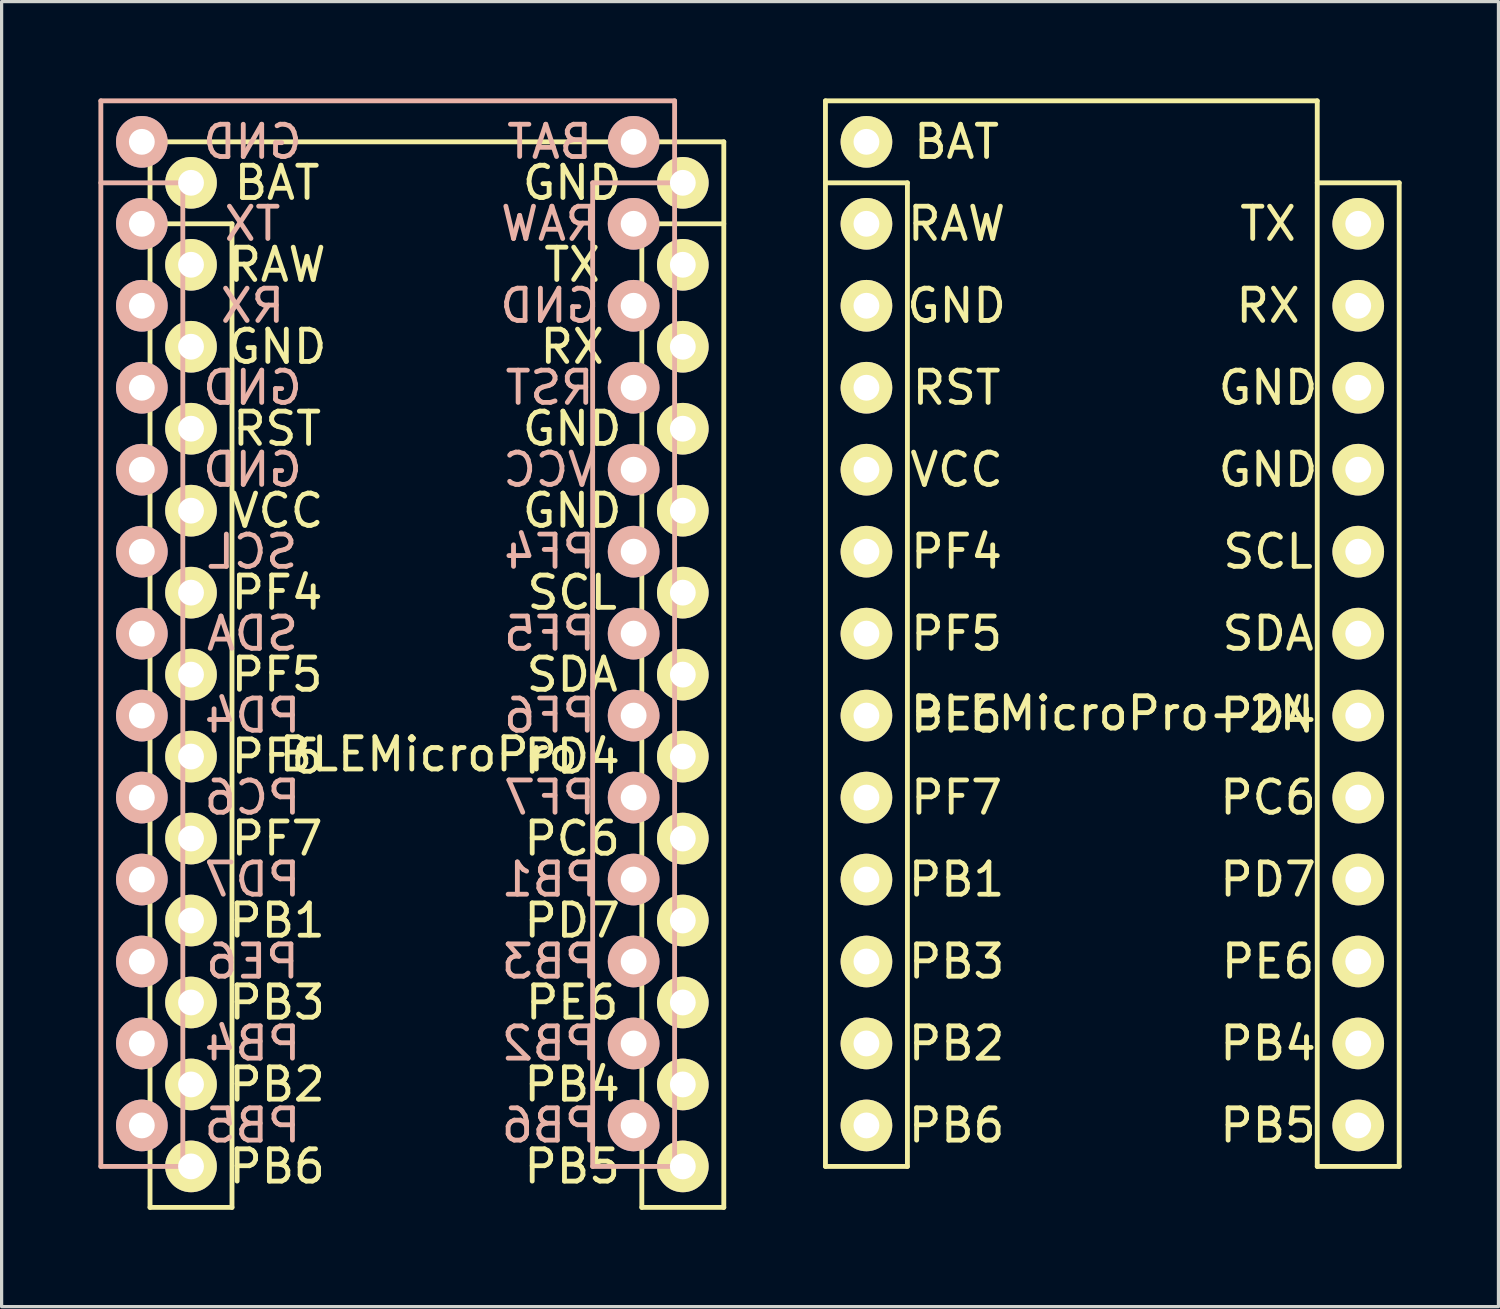
<source format=kicad_pcb>
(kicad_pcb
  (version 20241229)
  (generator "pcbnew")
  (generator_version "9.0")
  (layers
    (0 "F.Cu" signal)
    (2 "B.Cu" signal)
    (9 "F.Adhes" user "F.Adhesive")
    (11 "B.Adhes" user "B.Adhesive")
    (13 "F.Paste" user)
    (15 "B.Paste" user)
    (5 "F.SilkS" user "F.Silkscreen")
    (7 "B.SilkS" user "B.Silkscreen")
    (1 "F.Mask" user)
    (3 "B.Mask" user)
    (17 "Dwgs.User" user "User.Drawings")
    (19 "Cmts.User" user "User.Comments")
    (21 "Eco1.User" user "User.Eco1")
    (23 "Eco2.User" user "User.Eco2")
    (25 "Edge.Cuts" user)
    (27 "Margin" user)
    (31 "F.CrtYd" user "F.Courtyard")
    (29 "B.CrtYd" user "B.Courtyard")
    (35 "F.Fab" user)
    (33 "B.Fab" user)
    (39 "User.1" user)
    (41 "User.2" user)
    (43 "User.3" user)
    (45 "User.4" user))
  (footprint "BLEMicroPro"
    (layer "F.Cu")
    (at 10.235 19.125)
    (property "Reference" "BLEMicroPro" (at 0 1.2 0) (layer "F.SilkS") (effects (font (size 1 1) (thickness 0.15))))
    (attr through_hole)
    (fp_line (start -8.636 -17.78) (end -8.636 15.24) (stroke (width 0.15) (type solid)) (layer "F.SilkS"))
    (fp_line (start -8.636 15.24) (end -6.096 15.24) (stroke (width 0.15) (type solid)) (layer "F.SilkS"))
    (fp_line (start -6.096 -15.24) (end -8.636 -15.24) (stroke (width 0.15) (type solid)) (layer "F.SilkS"))
    (fp_line (start -6.096 15.24) (end -6.096 -15.24) (stroke (width 0.15) (type solid)) (layer "F.SilkS"))
    (fp_line (start 6.604 -15.24) (end 6.604 15.24) (stroke (width 0.15) (type solid)) (layer "F.SilkS"))
    (fp_line (start 6.604 15.24) (end 9.144 15.24) (stroke (width 0.15) (type solid)) (layer "F.SilkS"))
    (fp_line (start 9.144 -17.78) (end -8.636 -17.78) (stroke (width 0.15) (type solid)) (layer "F.SilkS"))
    (fp_line (start 9.144 -15.24) (end 6.604 -15.24) (stroke (width 0.15) (type solid)) (layer "F.SilkS"))
    (fp_line (start 9.144 15.24) (end 9.144 -17.78) (stroke (width 0.15) (type solid)) (layer "F.SilkS"))
    (fp_line (start -10.16 -19.05) (end 7.62 -19.05) (stroke (width 0.15) (type solid)) (layer "B.SilkS"))
    (fp_line (start -10.16 -16.51) (end -7.62 -16.51) (stroke (width 0.15) (type solid)) (layer "B.SilkS"))
    (fp_line (start -10.16 13.97) (end -10.16 -19.05) (stroke (width 0.15) (type solid)) (layer "B.SilkS"))
    (fp_line (start -7.62 -16.51) (end -7.62 13.97) (stroke (width 0.15) (type solid)) (layer "B.SilkS"))
    (fp_line (start -7.62 13.97) (end -10.16 13.97) (stroke (width 0.15) (type solid)) (layer "B.SilkS"))
    (fp_line (start 5.08 -16.51) (end 7.62 -16.51) (stroke (width 0.15) (type solid)) (layer "B.SilkS"))
    (fp_line (start 5.08 13.97) (end 5.08 -16.51) (stroke (width 0.15) (type solid)) (layer "B.SilkS"))
    (fp_line (start 7.62 -19.05) (end 7.62 13.97) (stroke (width 0.15) (type solid)) (layer "B.SilkS"))
    (fp_line (start 7.62 13.97) (end 5.08 13.97) (stroke (width 0.15) (type solid)) (layer "B.SilkS"))
    (fp_text user "RST" (at -4.699 -8.89 0) (layer "F.SilkS") (effects (font (size 1 1) (thickness 0.15))))
    (fp_text user "GND" (at 4.445 -8.89 0) (layer "F.SilkS") (effects (font (size 1 1) (thickness 0.15))))
    (fp_text user "PC6" (at 4.445 3.81 0) (layer "F.SilkS") (effects (font (size 1 1) (thickness 0.15))))
    (fp_text user "PB3" (at -4.699 8.89 0) (layer "F.SilkS") (effects (font (size 1 1) (thickness 0.15))))
    (fp_text user "SCL" (at 4.445 -3.81 0) (layer "F.SilkS") (effects (font (size 1 1) (thickness 0.15))))
    (fp_text user "VCC" (at -4.699 -6.35 0) (layer "F.SilkS") (effects (font (size 1 1) (thickness 0.15))))
    (fp_text user "PD4" (at 4.445 1.27 0) (layer "F.SilkS") (effects (font (size 1 1) (thickness 0.15))))
    (fp_text user "GND" (at 4.445 -6.35 0) (layer "F.SilkS") (effects (font (size 1 1) (thickness 0.15))))
    (fp_text user "PD7" (at 4.445 6.35 0) (layer "F.SilkS") (effects (font (size 1 1) (thickness 0.15))))
    (fp_text user "PB2" (at -4.699 11.43 0) (layer "F.SilkS") (effects (font (size 1 1) (thickness 0.15))))
    (fp_text user "PB1" (at -4.699 6.35 0) (layer "F.SilkS") (effects (font (size 1 1) (thickness 0.15))))
    (fp_text user "PF5" (at -4.699 -1.27 0) (layer "F.SilkS") (effects (font (size 1 1) (thickness 0.15))))
    (fp_text user "RX" (at 4.445 -11.43 0) (layer "F.SilkS") (effects (font (size 1 1) (thickness 0.15))))
    (fp_text user "PF6" (at -4.699 1.27 0) (layer "F.SilkS") (effects (font (size 1 1) (thickness 0.15))))
    (fp_text user "GND" (at 4.445 -16.51 0) (layer "F.SilkS") (effects (font (size 1 1) (thickness 0.15))))
    (fp_text user "PF7" (at -4.699 3.81 0) (layer "F.SilkS") (effects (font (size 1 1) (thickness 0.15))))
    (fp_text user "RAW" (at -4.699 -13.97 0) (layer "F.SilkS") (effects (font (size 1 1) (thickness 0.15))))
    (fp_text user "PB4" (at 4.445 11.43 0) (layer "F.SilkS") (effects (font (size 1 1) (thickness 0.15))))
    (fp_text user "BAT" (at -4.699 -16.51 0) (layer "F.SilkS") (effects (font (size 1 1) (thickness 0.15))))
    (fp_text user "PB6" (at -4.699 13.97 0) (layer "F.SilkS") (effects (font (size 1 1) (thickness 0.15))))
    (fp_text user "PB5" (at 4.445 13.97 0) (layer "F.SilkS") (effects (font (size 1 1) (thickness 0.15))))
    (fp_text user "TX" (at 4.445 -13.97 0) (layer "F.SilkS") (effects (font (size 1 1) (thickness 0.15))))
    (fp_text user "PE6" (at 4.445 8.89 0) (layer "F.SilkS") (effects (font (size 1 1) (thickness 0.15))))
    (fp_text user "SDA" (at 4.445 -1.27 0) (layer "F.SilkS") (effects (font (size 1 1) (thickness 0.15))))
    (fp_text user "GND" (at -4.699 -11.43 0) (layer "F.SilkS") (effects (font (size 1 1) (thickness 0.15))))
    (fp_text user "PF4" (at -4.699 -3.81 0) (layer "F.SilkS") (effects (font (size 1 1) (thickness 0.15))))
    (fp_text user "PB6" (at 3.747 12.7 0) (layer "B.SilkS") (effects (font (size 1 1) (thickness 0.15)) (justify mirror)))
    (fp_text user "PB1" (at 3.747 5.08 0) (layer "B.SilkS") (effects (font (size 1 1) (thickness 0.15)) (justify mirror)))
    (fp_text user "VCC" (at 3.747 -7.62 0) (layer "B.SilkS") (effects (font (size 1 1) (thickness 0.15)) (justify mirror)))
    (fp_text user "PF6" (at 3.747 0 0) (layer "B.SilkS") (effects (font (size 1 1) (thickness 0.15)) (justify mirror)))
    (fp_text user "PE6" (at -5.461 7.62 0) (layer "B.SilkS") (effects (font (size 1 1) (thickness 0.15)) (justify mirror)))
    (fp_text user "PF7" (at 3.747 2.54 0) (layer "B.SilkS") (effects (font (size 1 1) (thickness 0.15)) (justify mirror)))
    (fp_text user "GND" (at -5.461 -17.78 0) (layer "B.SilkS") (effects (font (size 1 1) (thickness 0.15)) (justify mirror)))
    (fp_text user "PF5" (at 3.747 -2.54 0) (layer "B.SilkS") (effects (font (size 1 1) (thickness 0.15)) (justify mirror)))
    (fp_text user "PB2" (at 3.747 10.16 0) (layer "B.SilkS") (effects (font (size 1 1) (thickness 0.15)) (justify mirror)))
    (fp_text user "PD7" (at -5.461 5.08 0) (layer "B.SilkS") (effects (font (size 1 1) (thickness 0.15)) (justify mirror)))
    (fp_text user "GND" (at 3.747 -12.7 0) (layer "B.SilkS") (effects (font (size 1 1) (thickness 0.15)) (justify mirror)))
    (fp_text user "GND" (at -5.461 -7.62 0) (layer "B.SilkS") (effects (font (size 1 1) (thickness 0.15)) (justify mirror)))
    (fp_text user "GND" (at -5.461 -10.16 0) (layer "B.SilkS") (effects (font (size 1 1) (thickness 0.15)) (justify mirror)))
    (fp_text user "TX" (at -5.461 -15.24 0) (layer "B.SilkS") (effects (font (size 1 1) (thickness 0.15)) (justify mirror)))
    (fp_text user "PB3" (at 3.747 7.62 0) (layer "B.SilkS") (effects (font (size 1 1) (thickness 0.15)) (justify mirror)))
    (fp_text user "PC6" (at -5.461 2.54 0) (layer "B.SilkS") (effects (font (size 1 1) (thickness 0.15)) (justify mirror)))
    (fp_text user "RX" (at -5.461 -12.7 0) (layer "B.SilkS") (effects (font (size 1 1) (thickness 0.15)) (justify mirror)))
    (fp_text user "SDA" (at -5.461 -2.54 0) (layer "B.SilkS") (effects (font (size 1 1) (thickness 0.15)) (justify mirror)))
    (fp_text user "PF4" (at 3.747 -5.08 0) (layer "B.SilkS") (effects (font (size 1 1) (thickness 0.15)) (justify mirror)))
    (fp_text user "PD4" (at -5.461 0 0) (layer "B.SilkS") (effects (font (size 1 1) (thickness 0.15)) (justify mirror)))
    (fp_text user "BAT" (at 3.747 -17.78 0) (layer "B.SilkS") (effects (font (size 1 1) (thickness 0.15)) (justify mirror)))
    (fp_text user "PB5" (at -5.461 12.7 0) (layer "B.SilkS") (effects (font (size 1 1) (thickness 0.15)) (justify mirror)))
    (fp_text user "RAW" (at 3.747 -15.24 0) (layer "B.SilkS") (effects (font (size 1 1) (thickness 0.15)) (justify mirror)))
    (fp_text user "SCL" (at -5.461 -5.08 0) (layer "B.SilkS") (effects (font (size 1 1) (thickness 0.15)) (justify mirror)))
    (fp_text user "PB4" (at -5.461 10.16 0) (layer "B.SilkS") (effects (font (size 1 1) (thickness 0.15)) (justify mirror)))
    (fp_text user "RST" (at 3.747 -10.16 0) (layer "B.SilkS") (effects (font (size 1 1) (thickness 0.15)) (justify mirror)))
    (pad "0" thru_hole circle (at -8.89 -17.78) (size 1.6 1.6) (drill 0.8) (layers "*.Cu" "*.Mask" "B.SilkS"))
    (pad "0" thru_hole circle (at 7.874 -16.51 180) (size 1.6 1.6) (drill 0.8) (layers "*.Cu" "*.Mask" "F.SilkS"))
    (pad "1" thru_hole circle (at -8.89 -15.24) (size 1.6 1.6) (drill 0.8) (layers "*.Cu" "*.Mask" "B.SilkS"))
    (pad "1" thru_hole circle (at 7.874 -13.97 180) (size 1.6 1.6) (drill 0.8) (layers "*.Cu" "*.Mask" "F.SilkS"))
    (pad "2" thru_hole circle (at -8.89 -12.7) (size 1.6 1.6) (drill 0.8) (layers "*.Cu" "*.Mask" "B.SilkS"))
    (pad "2" thru_hole circle (at 7.874 -11.43 180) (size 1.6 1.6) (drill 0.8) (layers "*.Cu" "*.Mask" "F.SilkS"))
    (pad "3" thru_hole circle (at -8.89 -10.16) (size 1.6 1.6) (drill 0.8) (layers "*.Cu" "*.Mask" "B.SilkS"))
    (pad "3" thru_hole circle (at 7.874 -8.89 180) (size 1.6 1.6) (drill 0.8) (layers "*.Cu" "*.Mask" "F.SilkS"))
    (pad "4" thru_hole circle (at -8.89 -7.62) (size 1.6 1.6) (drill 0.8) (layers "*.Cu" "*.Mask" "B.SilkS"))
    (pad "4" thru_hole circle (at 7.874 -6.35 180) (size 1.6 1.6) (drill 0.8) (layers "*.Cu" "*.Mask" "F.SilkS"))
    (pad "5" thru_hole circle (at -8.89 -5.08) (size 1.6 1.6) (drill 0.8) (layers "*.Cu" "*.Mask" "B.SilkS"))
    (pad "5" thru_hole circle (at 7.874 -3.81 180) (size 1.6 1.6) (drill 0.8) (layers "*.Cu" "*.Mask" "F.SilkS"))
    (pad "6" thru_hole circle (at -8.89 -2.54) (size 1.6 1.6) (drill 0.8) (layers "*.Cu" "*.Mask" "B.SilkS"))
    (pad "6" thru_hole circle (at 7.874 -1.27 180) (size 1.6 1.6) (drill 0.8) (layers "*.Cu" "*.Mask" "F.SilkS"))
    (pad "7" thru_hole circle (at -8.89 0) (size 1.6 1.6) (drill 0.8) (layers "*.Cu" "*.Mask" "B.SilkS"))
    (pad "7" thru_hole circle (at 7.874 1.27 180) (size 1.6 1.6) (drill 0.8) (layers "*.Cu" "*.Mask" "F.SilkS"))
    (pad "8" thru_hole circle (at -8.89 2.54) (size 1.6 1.6) (drill 0.8) (layers "*.Cu" "*.Mask" "B.SilkS"))
    (pad "8" thru_hole circle (at 7.874 3.81 180) (size 1.6 1.6) (drill 0.8) (layers "*.Cu" "*.Mask" "F.SilkS"))
    (pad "9" thru_hole circle (at -8.89 5.08) (size 1.6 1.6) (drill 0.8) (layers "*.Cu" "*.Mask" "B.SilkS"))
    (pad "9" thru_hole circle (at 7.874 6.35 180) (size 1.6 1.6) (drill 0.8) (layers "*.Cu" "*.Mask" "F.SilkS"))
    (pad "10" thru_hole circle (at -8.89 7.62) (size 1.6 1.6) (drill 0.8) (layers "*.Cu" "*.Mask" "B.SilkS"))
    (pad "10" thru_hole circle (at 7.874 8.89 180) (size 1.6 1.6) (drill 0.8) (layers "*.Cu" "*.Mask" "F.SilkS"))
    (pad "11" thru_hole circle (at -8.89 10.16) (size 1.6 1.6) (drill 0.8) (layers "*.Cu" "*.Mask" "B.SilkS"))
    (pad "11" thru_hole circle (at 7.874 11.43 180) (size 1.6 1.6) (drill 0.8) (layers "*.Cu" "*.Mask" "F.SilkS"))
    (pad "12" thru_hole circle (at -8.89 12.7) (size 1.6 1.6) (drill 0.8) (layers "*.Cu" "*.Mask" "B.SilkS"))
    (pad "12" thru_hole circle (at 7.874 13.97 180) (size 1.6 1.6) (drill 0.8) (layers "*.Cu" "*.Mask" "F.SilkS"))
    (pad "13" thru_hole circle (at -7.366 13.97 180) (size 1.6 1.6) (drill 0.8) (layers "*.Cu" "*.Mask" "F.SilkS"))
    (pad "13" thru_hole circle (at 6.35 12.7) (size 1.6 1.6) (drill 0.8) (layers "*.Cu" "*.Mask" "B.SilkS"))
    (pad "14" thru_hole circle (at -7.366 11.43 180) (size 1.6 1.6) (drill 0.8) (layers "*.Cu" "*.Mask" "F.SilkS"))
    (pad "14" thru_hole circle (at 6.35 10.16) (size 1.6 1.6) (drill 0.8) (layers "*.Cu" "*.Mask" "B.SilkS"))
    (pad "15" thru_hole circle (at -7.366 8.89 180) (size 1.6 1.6) (drill 0.8) (layers "*.Cu" "*.Mask" "F.SilkS"))
    (pad "15" thru_hole circle (at 6.35 7.62) (size 1.6 1.6) (drill 0.8) (layers "*.Cu" "*.Mask" "B.SilkS"))
    (pad "16" thru_hole circle (at -7.366 6.35 180) (size 1.6 1.6) (drill 0.8) (layers "*.Cu" "*.Mask" "F.SilkS"))
    (pad "16" thru_hole circle (at 6.35 5.08) (size 1.6 1.6) (drill 0.8) (layers "*.Cu" "*.Mask" "B.SilkS"))
    (pad "17" thru_hole circle (at -7.366 3.81 180) (size 1.6 1.6) (drill 0.8) (layers "*.Cu" "*.Mask" "F.SilkS"))
    (pad "17" thru_hole circle (at 6.35 2.54) (size 1.6 1.6) (drill 0.8) (layers "*.Cu" "*.Mask" "B.SilkS"))
    (pad "18" thru_hole circle (at -7.366 1.27 180) (size 1.6 1.6) (drill 0.8) (layers "*.Cu" "*.Mask" "F.SilkS"))
    (pad "18" thru_hole circle (at 6.35 0) (size 1.6 1.6) (drill 0.8) (layers "*.Cu" "*.Mask" "B.SilkS"))
    (pad "19" thru_hole circle (at -7.366 -1.27 180) (size 1.6 1.6) (drill 0.8) (layers "*.Cu" "*.Mask" "F.SilkS"))
    (pad "19" thru_hole circle (at 6.35 -2.54) (size 1.6 1.6) (drill 0.8) (layers "*.Cu" "*.Mask" "B.SilkS"))
    (pad "20" thru_hole circle (at -7.366 -3.81 180) (size 1.6 1.6) (drill 0.8) (layers "*.Cu" "*.Mask" "F.SilkS"))
    (pad "20" thru_hole circle (at 6.35 -5.08) (size 1.6 1.6) (drill 0.8) (layers "*.Cu" "*.Mask" "B.SilkS"))
    (pad "21" thru_hole circle (at -7.366 -6.35 180) (size 1.6 1.6) (drill 0.8) (layers "*.Cu" "*.Mask" "F.SilkS"))
    (pad "21" thru_hole circle (at 6.35 -7.62) (size 1.6 1.6) (drill 0.8) (layers "*.Cu" "*.Mask" "B.SilkS"))
    (pad "22" thru_hole circle (at -7.366 -8.89 180) (size 1.6 1.6) (drill 0.8) (layers "*.Cu" "*.Mask" "F.SilkS"))
    (pad "22" thru_hole circle (at 6.35 -10.16) (size 1.6 1.6) (drill 0.8) (layers "*.Cu" "*.Mask" "B.SilkS"))
    (pad "23" thru_hole circle (at -7.366 -11.43 180) (size 1.6 1.6) (drill 0.8) (layers "*.Cu" "*.Mask" "F.SilkS"))
    (pad "23" thru_hole circle (at 6.35 -12.7) (size 1.6 1.6) (drill 0.8) (layers "*.Cu" "*.Mask" "B.SilkS"))
    (pad "24" thru_hole circle (at -7.366 -13.97 180) (size 1.6 1.6) (drill 0.8) (layers "*.Cu" "*.Mask" "F.SilkS"))
    (pad "24" thru_hole circle (at 6.35 -15.24) (size 1.6 1.6) (drill 0.8) (layers "*.Cu" "*.Mask" "B.SilkS"))
    (pad "25" thru_hole circle (at -7.366 -16.51 180) (size 1.6 1.6) (drill 0.8) (layers "*.Cu" "*.Mask" "F.SilkS"))
    (pad "25" thru_hole circle (at 6.35 -17.78) (size 1.6 1.6) (drill 0.8) (layers "*.Cu" "*.Mask" "B.SilkS")))
  (footprint "BLEMicroPro-2N"
    (layer "F.Cu")
    (at 31.419 17.855)
    (property "Reference" "BLEMicroPro-2N" (at 0 1.2 0) (layer "F.SilkS") (effects (font (size 1 1) (thickness 0.15))))
    (attr through_hole)
    (fp_line (start -8.89 -17.78) (end -8.89 15.24) (stroke (width 0.15) (type solid)) (layer "F.SilkS"))
    (fp_line (start -8.89 15.24) (end -6.35 15.24) (stroke (width 0.15) (type solid)) (layer "F.SilkS"))
    (fp_line (start -6.35 -15.24) (end -8.89 -15.24) (stroke (width 0.15) (type solid)) (layer "F.SilkS"))
    (fp_line (start -6.35 15.24) (end -6.35 -15.24) (stroke (width 0.15) (type solid)) (layer "F.SilkS"))
    (fp_line (start 6.35 -17.78) (end -8.89 -17.78) (stroke (width 0.15) (type solid)) (layer "F.SilkS"))
    (fp_line (start 6.35 -17.78) (end 6.35 15.24) (stroke (width 0.15) (type solid)) (layer "F.SilkS"))
    (fp_line (start 6.35 15.24) (end 8.89 15.24) (stroke (width 0.15) (type solid)) (layer "F.SilkS"))
    (fp_line (start 8.89 -15.24) (end 6.35 -15.24) (stroke (width 0.15) (type solid)) (layer "F.SilkS"))
    (fp_line (start 8.89 15.24) (end 8.89 -15.24) (stroke (width 0.15) (type solid)) (layer "F.SilkS"))
    (fp_text user "RAW" (at -4.826 -13.97 0) (layer "F.SilkS") (effects (font (size 1 1) (thickness 0.15))))
    (fp_text user "SDA" (at 4.826 -1.27 0) (layer "F.SilkS") (effects (font (size 1 1) (thickness 0.15))))
    (fp_text user "PF7" (at -4.826 3.81 0) (layer "F.SilkS") (effects (font (size 1 1) (thickness 0.15))))
    (fp_text user "GND" (at -4.826 -11.43 0) (layer "F.SilkS") (effects (font (size 1 1) (thickness 0.15))))
    (fp_text user "GND" (at 4.826 -8.89 0) (layer "F.SilkS") (effects (font (size 1 1) (thickness 0.15))))
    (fp_text user "PF6" (at -4.826 1.27 0) (layer "F.SilkS") (effects (font (size 1 1) (thickness 0.15))))
    (fp_text user "RX" (at 4.826 -11.43 0) (layer "F.SilkS") (effects (font (size 1 1) (thickness 0.15))))
    (fp_text user "VCC" (at -4.826 -6.35 0) (layer "F.SilkS") (effects (font (size 1 1) (thickness 0.15))))
    (fp_text user "TX" (at 4.826 -13.97 0) (layer "F.SilkS") (effects (font (size 1 1) (thickness 0.15))))
    (fp_text user "PD7" (at 4.826 6.35 0) (layer "F.SilkS") (effects (font (size 1 1) (thickness 0.15))))
    (fp_text user "PF5" (at -4.826 -1.27 0) (layer "F.SilkS") (effects (font (size 1 1) (thickness 0.15))))
    (fp_text user "RST" (at -4.826 -8.89 0) (layer "F.SilkS") (effects (font (size 1 1) (thickness 0.15))))
    (fp_text user "PC6" (at 4.826 3.81 0) (layer "F.SilkS") (effects (font (size 1 1) (thickness 0.15))))
    (fp_text user "PB2" (at -4.826 11.43 0) (layer "F.SilkS") (effects (font (size 1 1) (thickness 0.15))))
    (fp_text user "PE6" (at 4.826 8.89 0) (layer "F.SilkS") (effects (font (size 1 1) (thickness 0.15))))
    (fp_text user "PB6" (at -4.826 13.97 0) (layer "F.SilkS") (effects (font (size 1 1) (thickness 0.15))))
    (fp_text user "PB4" (at 4.826 11.43 0) (layer "F.SilkS") (effects (font (size 1 1) (thickness 0.15))))
    (fp_text user "PD4" (at 4.826 1.27 0) (layer "F.SilkS") (effects (font (size 1 1) (thickness 0.15))))
    (fp_text user "BAT" (at -4.826 -16.51 0) (layer "F.SilkS") (effects (font (size 1 1) (thickness 0.15))))
    (fp_text user "PF4" (at -4.826 -3.81 0) (layer "F.SilkS") (effects (font (size 1 1) (thickness 0.15))))
    (fp_text user "PB3" (at -4.826 8.89 0) (layer "F.SilkS") (effects (font (size 1 1) (thickness 0.15))))
    (fp_text user "PB5" (at 4.826 13.97 0) (layer "F.SilkS") (effects (font (size 1 1) (thickness 0.15))))
    (fp_text user "PB1" (at -4.826 6.35 0) (layer "F.SilkS") (effects (font (size 1 1) (thickness 0.15))))
    (fp_text user "GND" (at 4.826 -6.35 0) (layer "F.SilkS") (effects (font (size 1 1) (thickness 0.15))))
    (fp_text user "SCL" (at 4.826 -3.81 0) (layer "F.SilkS") (effects (font (size 1 1) (thickness 0.15))))
    (pad "1" thru_hole circle (at 7.62 -13.97 180) (size 1.6 1.6) (drill 0.8) (layers "*.Cu" "*.Mask" "F.SilkS"))
    (pad "2" thru_hole circle (at 7.62 -11.43 180) (size 1.6 1.6) (drill 0.8) (layers "*.Cu" "*.Mask" "F.SilkS"))
    (pad "3" thru_hole circle (at 7.62 -8.89 180) (size 1.6 1.6) (drill 0.8) (layers "*.Cu" "*.Mask" "F.SilkS"))
    (pad "4" thru_hole circle (at 7.62 -6.35 180) (size 1.6 1.6) (drill 0.8) (layers "*.Cu" "*.Mask" "F.SilkS"))
    (pad "5" thru_hole circle (at 7.62 -3.81 180) (size 1.6 1.6) (drill 0.8) (layers "*.Cu" "*.Mask" "F.SilkS"))
    (pad "6" thru_hole circle (at 7.62 -1.27 180) (size 1.6 1.6) (drill 0.8) (layers "*.Cu" "*.Mask" "F.SilkS"))
    (pad "7" thru_hole circle (at 7.62 1.27 180) (size 1.6 1.6) (drill 0.8) (layers "*.Cu" "*.Mask" "F.SilkS"))
    (pad "8" thru_hole circle (at 7.62 3.81 180) (size 1.6 1.6) (drill 0.8) (layers "*.Cu" "*.Mask" "F.SilkS"))
    (pad "9" thru_hole circle (at 7.62 6.35 180) (size 1.6 1.6) (drill 0.8) (layers "*.Cu" "*.Mask" "F.SilkS"))
    (pad "10" thru_hole circle (at 7.62 8.89 180) (size 1.6 1.6) (drill 0.8) (layers "*.Cu" "*.Mask" "F.SilkS"))
    (pad "11" thru_hole circle (at 7.62 11.43 180) (size 1.6 1.6) (drill 0.8) (layers "*.Cu" "*.Mask" "F.SilkS"))
    (pad "12" thru_hole circle (at 7.62 13.97 180) (size 1.6 1.6) (drill 0.8) (layers "*.Cu" "*.Mask" "F.SilkS"))
    (pad "13" thru_hole circle (at -7.62 13.97 180) (size 1.6 1.6) (drill 0.8) (layers "*.Cu" "*.Mask" "F.SilkS"))
    (pad "14" thru_hole circle (at -7.62 11.43 180) (size 1.6 1.6) (drill 0.8) (layers "*.Cu" "*.Mask" "F.SilkS"))
    (pad "15" thru_hole circle (at -7.62 8.89 180) (size 1.6 1.6) (drill 0.8) (layers "*.Cu" "*.Mask" "F.SilkS"))
    (pad "16" thru_hole circle (at -7.62 6.35 180) (size 1.6 1.6) (drill 0.8) (layers "*.Cu" "*.Mask" "F.SilkS"))
    (pad "17" thru_hole circle (at -7.62 3.81 180) (size 1.6 1.6) (drill 0.8) (layers "*.Cu" "*.Mask" "F.SilkS"))
    (pad "18" thru_hole circle (at -7.62 1.27 180) (size 1.6 1.6) (drill 0.8) (layers "*.Cu" "*.Mask" "F.SilkS"))
    (pad "19" thru_hole circle (at -7.62 -1.27 180) (size 1.6 1.6) (drill 0.8) (layers "*.Cu" "*.Mask" "F.SilkS"))
    (pad "20" thru_hole circle (at -7.62 -3.81 180) (size 1.6 1.6) (drill 0.8) (layers "*.Cu" "*.Mask" "F.SilkS"))
    (pad "21" thru_hole circle (at -7.62 -6.35 180) (size 1.6 1.6) (drill 0.8) (layers "*.Cu" "*.Mask" "F.SilkS"))
    (pad "22" thru_hole circle (at -7.62 -8.89 180) (size 1.6 1.6) (drill 0.8) (layers "*.Cu" "*.Mask" "F.SilkS"))
    (pad "23" thru_hole circle (at -7.62 -11.43 180) (size 1.6 1.6) (drill 0.8) (layers "*.Cu" "*.Mask" "F.SilkS"))
    (pad "24" thru_hole circle (at -7.62 -13.97 180) (size 1.6 1.6) (drill 0.8) (layers "*.Cu" "*.Mask" "F.SilkS"))
    (pad "25" thru_hole circle (at -7.62 -16.51 180) (size 1.6 1.6) (drill 0.8) (layers "*.Cu" "*.Mask" "F.SilkS")))
  (gr_rect
    (start -3 -3)
    (end 43.384 37.44)
    (stroke (width 0.1) (type default))
    (fill no)
    (layer "Edge.Cuts")))
</source>
